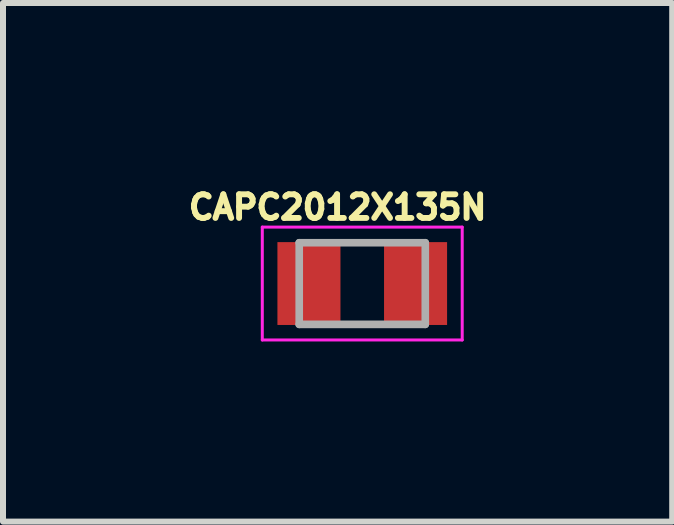
<source format=kicad_pcb>
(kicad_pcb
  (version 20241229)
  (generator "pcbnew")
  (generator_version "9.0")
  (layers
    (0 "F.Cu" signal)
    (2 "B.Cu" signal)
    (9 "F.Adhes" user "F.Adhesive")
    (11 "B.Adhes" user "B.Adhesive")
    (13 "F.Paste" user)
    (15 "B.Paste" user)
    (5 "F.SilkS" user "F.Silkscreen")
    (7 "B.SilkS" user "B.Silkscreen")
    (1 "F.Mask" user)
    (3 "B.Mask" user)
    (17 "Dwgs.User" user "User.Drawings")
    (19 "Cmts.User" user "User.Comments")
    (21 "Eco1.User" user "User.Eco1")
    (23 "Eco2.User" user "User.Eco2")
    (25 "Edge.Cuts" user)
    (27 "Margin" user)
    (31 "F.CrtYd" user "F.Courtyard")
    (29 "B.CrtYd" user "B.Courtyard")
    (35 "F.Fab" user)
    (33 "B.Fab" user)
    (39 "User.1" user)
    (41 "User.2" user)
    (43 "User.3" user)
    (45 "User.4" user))
  (footprint "CAPC2012X135N"
    (layer "F.Cu")
    (at 2.984 1.673)
    (property "Reference" "CAPC2012X135N" (at -0.41 -1.27 0) (layer "F.SilkS") (effects (font (size 0.394 0.394) (thickness 0.15))))
    (attr smd)
    (fp_line (start -1.665 -0.94) (end 1.665 -0.94) (stroke (width 0.05) (type solid)) (layer "F.CrtYd"))
    (fp_line (start -1.665 0.94) (end -1.665 -0.94) (stroke (width 0.05) (type solid)) (layer "F.CrtYd"))
    (fp_line (start -1.665 0.94) (end 1.665 0.94) (stroke (width 0.05) (type solid)) (layer "F.CrtYd"))
    (fp_line (start 1.665 0.94) (end 1.665 -0.94) (stroke (width 0.05) (type solid)) (layer "F.CrtYd"))
    (fp_line (start -1.05 0.68) (end -1.05 -0.68) (stroke (width 0.127) (type solid)) (layer "F.Fab"))
    (fp_line (start 1.05 -0.68) (end -1.05 -0.68) (stroke (width 0.127) (type solid)) (layer "F.Fab"))
    (fp_line (start 1.05 0.68) (end -1.05 0.68) (stroke (width 0.127) (type solid)) (layer "F.Fab"))
    (fp_line (start 1.05 0.68) (end 1.05 -0.68) (stroke (width 0.127) (type solid)) (layer "F.Fab"))
    (pad "1" smd rect (at -0.888 0) (size 1.05 1.38) (layers "F.Cu" "F.Mask" "F.Paste"))
    (pad "2" smd rect (at 0.888 0) (size 1.05 1.38) (layers "F.Cu" "F.Mask" "F.Paste")))
  (gr_rect
    (start -3 -3)
    (end 8.147 5.638)
    (stroke (width 0.1) (type default))
    (fill no)
    (layer "Edge.Cuts")))
</source>
